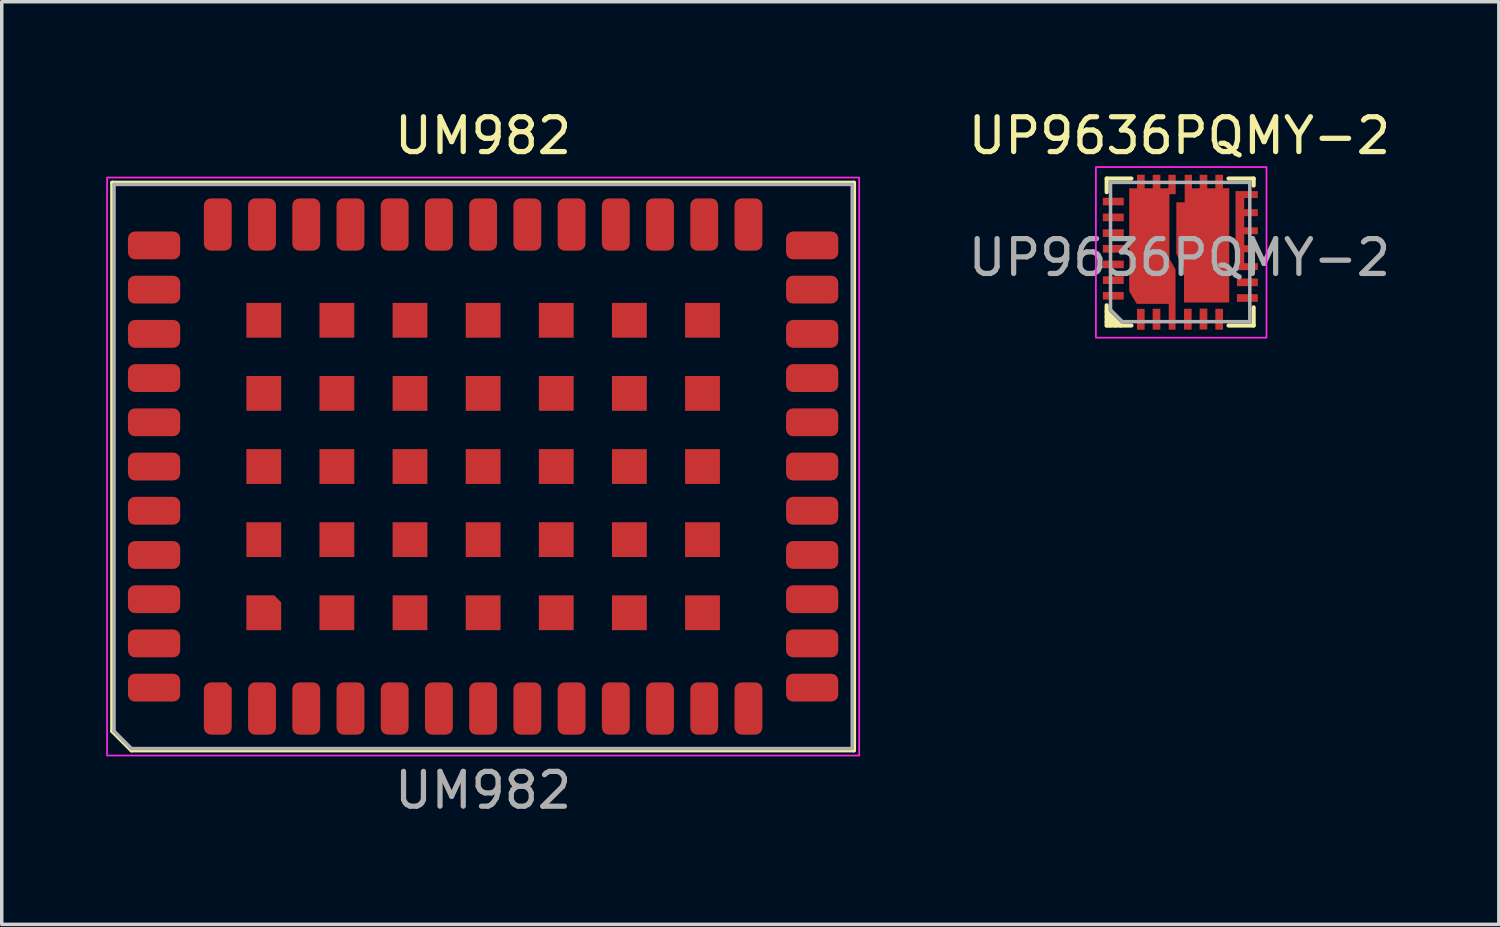
<source format=kicad_pcb>
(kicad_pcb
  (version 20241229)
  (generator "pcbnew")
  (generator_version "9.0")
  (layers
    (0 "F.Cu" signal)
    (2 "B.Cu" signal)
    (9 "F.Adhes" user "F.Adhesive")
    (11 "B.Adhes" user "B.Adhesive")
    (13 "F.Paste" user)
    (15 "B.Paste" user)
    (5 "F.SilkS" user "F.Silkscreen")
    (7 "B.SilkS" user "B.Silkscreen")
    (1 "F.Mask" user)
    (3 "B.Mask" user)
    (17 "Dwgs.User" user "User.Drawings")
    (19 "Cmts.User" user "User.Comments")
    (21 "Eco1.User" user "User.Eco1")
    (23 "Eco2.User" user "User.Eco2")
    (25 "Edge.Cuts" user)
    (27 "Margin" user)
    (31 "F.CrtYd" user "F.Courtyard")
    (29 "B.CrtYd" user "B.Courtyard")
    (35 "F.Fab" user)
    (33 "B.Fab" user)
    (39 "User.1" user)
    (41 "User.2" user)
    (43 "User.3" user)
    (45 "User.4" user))
  (footprint "UP9636PQMY-2"
    (layer "F.Cu")
    (at 30.823 4.348)
    (property "Reference" "UP9636PQMY-2" (at 0 -3.5 0) (layer "F.SilkS") (effects (font (size 1 1) (thickness 0.15))))
    (attr smd)
    (fp_line (start -2.09 -2.27) (end -2.09 -1.88) (stroke (width 0.12) (type solid)) (layer "F.SilkS"))
    (fp_line (start -2.09 -2.27) (end -1.38 -2.27) (stroke (width 0.12) (type solid)) (layer "F.SilkS"))
    (fp_line (start -2.09 1.37) (end -2.09 1.95) (stroke (width 0.12) (type solid)) (layer "F.SilkS"))
    (fp_line (start -2.09 1.55) (end -1.69 1.95) (stroke (width 0.12) (type solid)) (layer "F.SilkS"))
    (fp_line (start -2.09 1.7) (end -1.84 1.95) (stroke (width 0.12) (type solid)) (layer "F.SilkS"))
    (fp_line (start -2.09 1.85) (end -1.99 1.95) (stroke (width 0.12) (type solid)) (layer "F.SilkS"))
    (fp_line (start -1.38 1.95) (end -2.09 1.95) (stroke (width 0.12) (type solid)) (layer "F.SilkS"))
    (fp_line (start 1.41 -2.27) (end 2.13 -2.27) (stroke (width 0.12) (type solid)) (layer "F.SilkS"))
    (fp_line (start 1.41 1.95) (end 2.13 1.95) (stroke (width 0.12) (type solid)) (layer "F.SilkS"))
    (fp_line (start 2.13 -2.07) (end 2.13 -2.27) (stroke (width 0.12) (type solid)) (layer "F.SilkS"))
    (fp_line (start 2.13 1.43) (end 2.13 1.95) (stroke (width 0.12) (type solid)) (layer "F.SilkS"))
    (fp_rect (start -2.4 -2.6) (end 2.5 2.3) (stroke (width 0.05) (type default)) (fill no) (layer "F.CrtYd"))
    (fp_line (start -1.98 -2.16) (end -1.98 1.5) (stroke (width 0.1) (type solid)) (layer "F.Fab"))
    (fp_line (start -1.98 -2.16) (end 2.02 -2.16) (stroke (width 0.1) (type solid)) (layer "F.Fab"))
    (fp_line (start -1.98 1.5) (end -1.64 1.84) (stroke (width 0.1) (type solid)) (layer "F.Fab"))
    (fp_line (start 2.02 -2.16) (end 2.02 1.84) (stroke (width 0.1) (type solid)) (layer "F.Fab"))
    (fp_line (start 2.02 1.84) (end -1.64 1.84) (stroke (width 0.1) (type solid)) (layer "F.Fab"))
    (fp_text user "${REFERENCE}" (at 0 0 180) (layer "F.Fab") (effects (font (size 1 1) (thickness 0.15))))
    (pad "1" smd rect (at -1.11 1.772) (size 0.22 0.6) (layers "F.Cu" "F.Mask" "F.Paste"))
    (pad "2" smd rect (at -0.66 1.77) (size 0.22 0.6) (layers "F.Cu" "F.Mask" "F.Paste"))
    (pad "4" smd rect (at 0.24 1.77) (size 0.22 0.6) (layers "F.Cu" "F.Mask" "F.Paste"))
    (pad "5" smd rect (at 0.69 1.765) (size 0.22 0.6) (layers "F.Cu" "F.Mask" "F.Paste"))
    (pad "6" smd rect (at 1.14 1.77) (size 0.22 0.6) (layers "F.Cu" "F.Mask" "F.Paste"))
    (pad "7" smd rect (at 1.95 1.16 270) (size 0.22 0.6) (layers "F.Cu" "F.Mask" "F.Paste"))
    (pad "8" smd rect (at 1.95 0.71 270) (size 0.22 0.6) (layers "F.Cu" "F.Mask" "F.Paste"))
    (pad "9" smd custom (at 1.93 -1.81) (size 0.1 0.1) (layers "F.Cu" "F.Mask" "F.Paste") (options (anchor rect)) (primitives (gr_poly (pts (xy 0.32 -0.1) (xy -0.32 -0.1) (xy -0.32 2.17) (xy 0.32 2.17) (xy 0.32 1.97) (xy -0.07 1.97) (xy -0.07 1.655) (xy 0.32 1.655) (xy 0.32 1.455) (xy -0.07 1.455) (xy -0.07 1.14) (xy 0.32 1.14) (xy 0.32 0.94) (xy -0.07 0.94) (xy -0.07 0.62) (xy 0.32 0.62) (xy 0.32 0.42) (xy -0.07 0.42) (xy -0.07 0.1) (xy 0.32 0.1)) (width 0) (fill yes))))
    (pad "20" smd rect (at -1.9 -1.61 270) (size 0.22 0.6) (layers "F.Cu" "F.Mask" "F.Paste"))
    (pad "21" smd rect (at -1.9 -1.154 270) (size 0.22 0.6) (layers "F.Cu" "F.Mask" "F.Paste"))
    (pad "22" smd rect (at -1.9 -0.703 270) (size 0.22 0.6) (layers "F.Cu" "F.Mask" "F.Paste"))
    (pad "23" smd rect (at -1.9 -0.253 270) (size 0.22 0.6) (layers "F.Cu" "F.Mask" "F.Paste"))
    (pad "24" smd rect (at -1.9 0.196 270) (size 0.22 0.6) (layers "F.Cu" "F.Mask" "F.Paste"))
    (pad "25" smd rect (at -1.9 0.647 270) (size 0.22 0.6) (layers "F.Cu" "F.Mask" "F.Paste"))
    (pad "26" smd rect (at -1.9 1.096 270) (size 0.22 0.6) (layers "F.Cu" "F.Mask" "F.Paste"))
    (pad "27" smd custom (at 0.65 -0.51) (size 0.1 0.1) (layers "F.Cu" "F.Mask" "F.Paste") (options (anchor rect)) (primitives (gr_poly (pts (xy 0.6 -1.87) (xy 0.6 -1.481) (xy 0.78 -1.481) (xy 0.78 1.8) (xy -0.52 1.8) (xy -0.52 0.8) (xy -0.74 0.4) (xy -0.74 -1.08) (xy -0.5 -1.08) (xy -0.5 -1.87) (xy -0.29 -1.87) (xy -0.29 -1.481) (xy -0.07 -1.481) (xy -0.07 -1.87) (xy 0.15 -1.87) (xy 0.15 -1.481) (xy 0.38 -1.481) (xy 0.38 -1.87)) (width 0) (fill yes))))
    (pad "28" smd custom (at -0.768 -0.511) (size 0.1 0.1) (layers "F.Cu" "F.Mask" "F.Paste") (options (anchor rect)) (primitives (gr_poly (pts (xy 0.655 2.581) (xy 0.655 0.85) (xy 0.48 0.55) (xy 0.48 -1.31) (xy 0.66 -1.31) (xy 0.66 -1.869) (xy 0.45 -1.869) (xy 0.45 -1.48) (xy 0.22 -1.48) (xy 0.22 -1.869) (xy 0 -1.869) (xy 0 -1.48) (xy -0.23 -1.48) (xy -0.23 -1.869) (xy -0.45 -1.869) (xy -0.45 -1.48) (xy -0.675 -1.48) (xy -0.675 1.48) (xy -0.46 1.84) (xy 0.46 1.84) (xy 0.46 2.581)) (width 0) (fill yes)))))
  (footprint "UM982"
    (layer "F.Cu")
    (at 10.825 10.348)
    (property "Reference" "UM982" (at 0 -9.5 0) (unlocked yes) (layer "F.SilkS") (effects (font (size 1 1) (thickness 0.15))))
    (attr smd)
    (fp_line (start -10.65 -8.15) (end 10.65 -8.15) (stroke (width 0.12) (type solid)) (layer "F.SilkS"))
    (fp_line (start -10.65 7.6) (end -10.65 -8.15) (stroke (width 0.12) (type solid)) (layer "F.SilkS"))
    (fp_line (start -10.65 7.6) (end -10.1 8.15) (stroke (width 0.12) (type solid)) (layer "F.SilkS"))
    (fp_line (start 10.65 -8.15) (end 10.65 8.15) (stroke (width 0.12) (type solid)) (layer "F.SilkS"))
    (fp_line (start 10.65 8.15) (end -10.1 8.15) (stroke (width 0.12) (type solid)) (layer "F.SilkS"))
    (fp_rect (start -10.8 -8.3) (end 10.8 8.3) (stroke (width 0.05) (type solid)) (fill no) (layer "F.CrtYd"))
    (fp_line (start -10.6 -8.1) (end -10.6 7.6) (stroke (width 0.1) (type solid)) (layer "F.Fab"))
    (fp_line (start -10.6 7.6) (end -10.1 8.1) (stroke (width 0.1) (type solid)) (layer "F.Fab"))
    (fp_line (start -10.1 8.1) (end 10.6 8.1) (stroke (width 0.1) (type solid)) (layer "F.Fab"))
    (fp_line (start 10.6 -8.1) (end -10.6 -8.1) (stroke (width 0.1) (type solid)) (layer "F.Fab"))
    (fp_line (start 10.6 8.1) (end 10.6 -8.1) (stroke (width 0.1) (type solid)) (layer "F.Fab"))
    (fp_text user "${REFERENCE}" (at 0 9.3 0) (unlocked yes) (layer "F.Fab") (effects (font (size 1 1) (thickness 0.15))))
    (pad "1" smd roundrect (at -7.62 6.95 90) (size 1.5 0.8) (layers "F.Cu" "F.Mask" "F.Paste") (roundrect_rratio 0.25) (chamfer_ratio 0.2) (chamfer bottom_right))
    (pad "2" smd roundrect (at -6.35 6.95 270) (size 1.5 0.8) (layers "F.Cu" "F.Mask" "F.Paste") (roundrect_rratio 0.25))
    (pad "3" smd roundrect (at -5.08 6.95 270) (size 1.5 0.8) (layers "F.Cu" "F.Mask" "F.Paste") (roundrect_rratio 0.25))
    (pad "4" smd roundrect (at -3.81 6.95 270) (size 1.5 0.8) (layers "F.Cu" "F.Mask" "F.Paste") (roundrect_rratio 0.25))
    (pad "5" smd roundrect (at -2.54 6.95 270) (size 1.5 0.8) (layers "F.Cu" "F.Mask" "F.Paste") (roundrect_rratio 0.25))
    (pad "6" smd roundrect (at -1.27 6.95 270) (size 1.5 0.8) (layers "F.Cu" "F.Mask" "F.Paste") (roundrect_rratio 0.25))
    (pad "7" smd roundrect (at 0 6.95 270) (size 1.5 0.8) (layers "F.Cu" "F.Mask" "F.Paste") (roundrect_rratio 0.25))
    (pad "8" smd roundrect (at 1.27 6.95 270) (size 1.5 0.8) (layers "F.Cu" "F.Mask" "F.Paste") (roundrect_rratio 0.25))
    (pad "9" smd roundrect (at 2.54 6.95 270) (size 1.5 0.8) (layers "F.Cu" "F.Mask" "F.Paste") (roundrect_rratio 0.25))
    (pad "10" smd roundrect (at 3.81 6.95 270) (size 1.5 0.8) (layers "F.Cu" "F.Mask" "F.Paste") (roundrect_rratio 0.25))
    (pad "11" smd roundrect (at 5.08 6.95 270) (size 1.5 0.8) (layers "F.Cu" "F.Mask" "F.Paste") (roundrect_rratio 0.25))
    (pad "12" smd roundrect (at 6.35 6.95 270) (size 1.5 0.8) (layers "F.Cu" "F.Mask" "F.Paste") (roundrect_rratio 0.25))
    (pad "13" smd roundrect (at 7.62 6.95 270) (size 1.5 0.8) (layers "F.Cu" "F.Mask" "F.Paste") (roundrect_rratio 0.25))
    (pad "14" smd roundrect (at 9.45 6.35) (size 1.5 0.8) (layers "F.Cu" "F.Mask" "F.Paste") (roundrect_rratio 0.25))
    (pad "15" smd roundrect (at 9.45 5.08) (size 1.5 0.8) (layers "F.Cu" "F.Mask" "F.Paste") (roundrect_rratio 0.25))
    (pad "16" smd roundrect (at 9.45 3.81) (size 1.5 0.8) (layers "F.Cu" "F.Mask" "F.Paste") (roundrect_rratio 0.25))
    (pad "17" smd roundrect (at 9.45 2.54) (size 1.5 0.8) (layers "F.Cu" "F.Mask" "F.Paste") (roundrect_rratio 0.25))
    (pad "18" smd roundrect (at 9.45 1.27) (size 1.5 0.8) (layers "F.Cu" "F.Mask" "F.Paste") (roundrect_rratio 0.25))
    (pad "19" smd roundrect (at 9.45 0) (size 1.5 0.8) (layers "F.Cu" "F.Mask" "F.Paste") (roundrect_rratio 0.25))
    (pad "20" smd roundrect (at 9.45 -1.27) (size 1.5 0.8) (layers "F.Cu" "F.Mask" "F.Paste") (roundrect_rratio 0.25))
    (pad "21" smd roundrect (at 9.45 -2.54) (size 1.5 0.8) (layers "F.Cu" "F.Mask" "F.Paste") (roundrect_rratio 0.25))
    (pad "22" smd roundrect (at 9.45 -3.81) (size 1.5 0.8) (layers "F.Cu" "F.Mask" "F.Paste") (roundrect_rratio 0.25))
    (pad "23" smd roundrect (at 9.45 -5.08) (size 1.5 0.8) (layers "F.Cu" "F.Mask" "F.Paste") (roundrect_rratio 0.25))
    (pad "24" smd roundrect (at 9.45 -6.35) (size 1.5 0.8) (layers "F.Cu" "F.Mask" "F.Paste") (roundrect_rratio 0.25))
    (pad "25" smd roundrect (at 7.62 -6.95 270) (size 1.5 0.8) (layers "F.Cu" "F.Mask" "F.Paste") (roundrect_rratio 0.25))
    (pad "26" smd roundrect (at 6.35 -6.95 270) (size 1.5 0.8) (layers "F.Cu" "F.Mask" "F.Paste") (roundrect_rratio 0.25))
    (pad "27" smd roundrect (at 5.08 -6.95 270) (size 1.5 0.8) (layers "F.Cu" "F.Mask" "F.Paste") (roundrect_rratio 0.25))
    (pad "28" smd roundrect (at 3.81 -6.95 270) (size 1.5 0.8) (layers "F.Cu" "F.Mask" "F.Paste") (roundrect_rratio 0.25))
    (pad "29" smd roundrect (at 2.54 -6.95 270) (size 1.5 0.8) (layers "F.Cu" "F.Mask" "F.Paste") (roundrect_rratio 0.25))
    (pad "30" smd roundrect (at 1.27 -6.95 270) (size 1.5 0.8) (layers "F.Cu" "F.Mask" "F.Paste") (roundrect_rratio 0.25))
    (pad "31" smd roundrect (at 0 -6.95 270) (size 1.5 0.8) (layers "F.Cu" "F.Mask" "F.Paste") (roundrect_rratio 0.25))
    (pad "32" smd roundrect (at -1.27 -6.95 270) (size 1.5 0.8) (layers "F.Cu" "F.Mask" "F.Paste") (roundrect_rratio 0.25))
    (pad "33" smd roundrect (at -2.54 -6.95 270) (size 1.5 0.8) (layers "F.Cu" "F.Mask" "F.Paste") (roundrect_rratio 0.25))
    (pad "34" smd roundrect (at -3.81 -6.95 270) (size 1.5 0.8) (layers "F.Cu" "F.Mask" "F.Paste") (roundrect_rratio 0.25))
    (pad "35" smd roundrect (at -5.08 -6.95 270) (size 1.5 0.8) (layers "F.Cu" "F.Mask" "F.Paste") (roundrect_rratio 0.25))
    (pad "36" smd roundrect (at -6.35 -6.95 270) (size 1.5 0.8) (layers "F.Cu" "F.Mask" "F.Paste") (roundrect_rratio 0.25))
    (pad "37" smd roundrect (at -7.62 -6.95 270) (size 1.5 0.8) (layers "F.Cu" "F.Mask" "F.Paste") (roundrect_rratio 0.25))
    (pad "38" smd roundrect (at -9.45 -6.35) (size 1.5 0.8) (layers "F.Cu" "F.Mask" "F.Paste") (roundrect_rratio 0.25))
    (pad "39" smd roundrect (at -9.45 -5.08) (size 1.5 0.8) (layers "F.Cu" "F.Mask" "F.Paste") (roundrect_rratio 0.25))
    (pad "40" smd roundrect (at -9.45 -3.81) (size 1.5 0.8) (layers "F.Cu" "F.Mask" "F.Paste") (roundrect_rratio 0.25))
    (pad "41" smd roundrect (at -9.45 -2.54) (size 1.5 0.8) (layers "F.Cu" "F.Mask" "F.Paste") (roundrect_rratio 0.25))
    (pad "42" smd roundrect (at -9.45 -1.27) (size 1.5 0.8) (layers "F.Cu" "F.Mask" "F.Paste") (roundrect_rratio 0.25))
    (pad "43" smd roundrect (at -9.45 0) (size 1.5 0.8) (layers "F.Cu" "F.Mask" "F.Paste") (roundrect_rratio 0.25))
    (pad "44" smd roundrect (at -9.45 1.27) (size 1.5 0.8) (layers "F.Cu" "F.Mask" "F.Paste") (roundrect_rratio 0.25))
    (pad "45" smd roundrect (at -9.45 2.54) (size 1.5 0.8) (layers "F.Cu" "F.Mask" "F.Paste") (roundrect_rratio 0.25))
    (pad "46" smd roundrect (at -9.45 3.81) (size 1.5 0.8) (layers "F.Cu" "F.Mask" "F.Paste") (roundrect_rratio 0.25))
    (pad "47" smd roundrect (at -9.45 5.08) (size 1.5 0.8) (layers "F.Cu" "F.Mask" "F.Paste") (roundrect_rratio 0.25))
    (pad "48" smd roundrect (at -9.45 6.35) (size 1.5 0.8) (layers "F.Cu" "F.Mask" "F.Paste") (roundrect_rratio 0.25))
    (pad "49" smd rect (at -6.3 -4.2) (size 1 1) (layers "F.Cu" "F.Mask" "F.Paste"))
    (pad "49" smd rect (at -6.3 -2.1) (size 1 1) (layers "F.Cu" "F.Mask" "F.Paste"))
    (pad "49" smd rect (at -6.3 0) (size 1 1) (layers "F.Cu" "F.Mask" "F.Paste"))
    (pad "49" smd rect (at -6.3 2.1) (size 1 1) (layers "F.Cu" "F.Mask" "F.Paste"))
    (pad "49" smd roundrect (at -6.3 4.2) (size 1 1) (layers "F.Cu" "F.Mask" "F.Paste") (roundrect_rratio 0) (chamfer_ratio 0.2) (chamfer top_right))
    (pad "49" smd rect (at -4.2 -4.2) (size 1 1) (layers "F.Cu" "F.Mask" "F.Paste"))
    (pad "49" smd rect (at -4.2 -2.1) (size 1 1) (layers "F.Cu" "F.Mask" "F.Paste"))
    (pad "49" smd rect (at -4.2 0) (size 1 1) (layers "F.Cu" "F.Mask" "F.Paste"))
    (pad "49" smd rect (at -4.2 2.1) (size 1 1) (layers "F.Cu" "F.Mask" "F.Paste"))
    (pad "49" smd rect (at -4.2 4.2) (size 1 1) (layers "F.Cu" "F.Mask" "F.Paste"))
    (pad "49" smd rect (at -2.1 -4.2) (size 1 1) (layers "F.Cu" "F.Mask" "F.Paste"))
    (pad "49" smd rect (at -2.1 -2.1) (size 1 1) (layers "F.Cu" "F.Mask" "F.Paste"))
    (pad "49" smd rect (at -2.1 0) (size 1 1) (layers "F.Cu" "F.Mask" "F.Paste"))
    (pad "49" smd rect (at -2.1 2.1) (size 1 1) (layers "F.Cu" "F.Mask" "F.Paste"))
    (pad "49" smd rect (at -2.1 4.2) (size 1 1) (layers "F.Cu" "F.Mask" "F.Paste"))
    (pad "49" smd rect (at 0 -4.2) (size 1 1) (layers "F.Cu" "F.Mask" "F.Paste"))
    (pad "49" smd rect (at 0 -2.1) (size 1 1) (layers "F.Cu" "F.Mask" "F.Paste"))
    (pad "49" smd rect (at 0 0) (size 1 1) (layers "F.Cu" "F.Mask" "F.Paste"))
    (pad "49" smd rect (at 0 2.1) (size 1 1) (layers "F.Cu" "F.Mask" "F.Paste"))
    (pad "49" smd rect (at 0 4.2) (size 1 1) (layers "F.Cu" "F.Mask" "F.Paste"))
    (pad "49" smd rect (at 2.1 -4.2) (size 1 1) (layers "F.Cu" "F.Mask" "F.Paste"))
    (pad "49" smd rect (at 2.1 -2.1) (size 1 1) (layers "F.Cu" "F.Mask" "F.Paste"))
    (pad "49" smd rect (at 2.1 0) (size 1 1) (layers "F.Cu" "F.Mask" "F.Paste"))
    (pad "49" smd rect (at 2.1 2.1) (size 1 1) (layers "F.Cu" "F.Mask" "F.Paste"))
    (pad "49" smd rect (at 2.1 4.2) (size 1 1) (layers "F.Cu" "F.Mask" "F.Paste"))
    (pad "49" smd rect (at 4.2 -4.2) (size 1 1) (layers "F.Cu" "F.Mask" "F.Paste"))
    (pad "49" smd rect (at 4.2 -2.1) (size 1 1) (layers "F.Cu" "F.Mask" "F.Paste"))
    (pad "49" smd rect (at 4.2 0) (size 1 1) (layers "F.Cu" "F.Mask" "F.Paste"))
    (pad "49" smd rect (at 4.2 2.1) (size 1 1) (layers "F.Cu" "F.Mask" "F.Paste"))
    (pad "49" smd rect (at 4.2 4.2) (size 1 1) (layers "F.Cu" "F.Mask" "F.Paste"))
    (pad "49" smd rect (at 6.3 -4.2) (size 1 1) (layers "F.Cu" "F.Mask" "F.Paste"))
    (pad "49" smd rect (at 6.3 -2.1) (size 1 1) (layers "F.Cu" "F.Mask" "F.Paste"))
    (pad "49" smd rect (at 6.3 0) (size 1 1) (layers "F.Cu" "F.Mask" "F.Paste"))
    (pad "49" smd rect (at 6.3 2.1) (size 1 1) (layers "F.Cu" "F.Mask" "F.Paste"))
    (pad "49" smd rect (at 6.3 4.2) (size 1 1) (layers "F.Cu" "F.Mask" "F.Paste")))
  (gr_rect
    (start -3 -3)
    (end 39.995 23.497)
    (stroke (width 0.1) (type default))
    (fill no)
    (layer "Edge.Cuts")))
</source>
